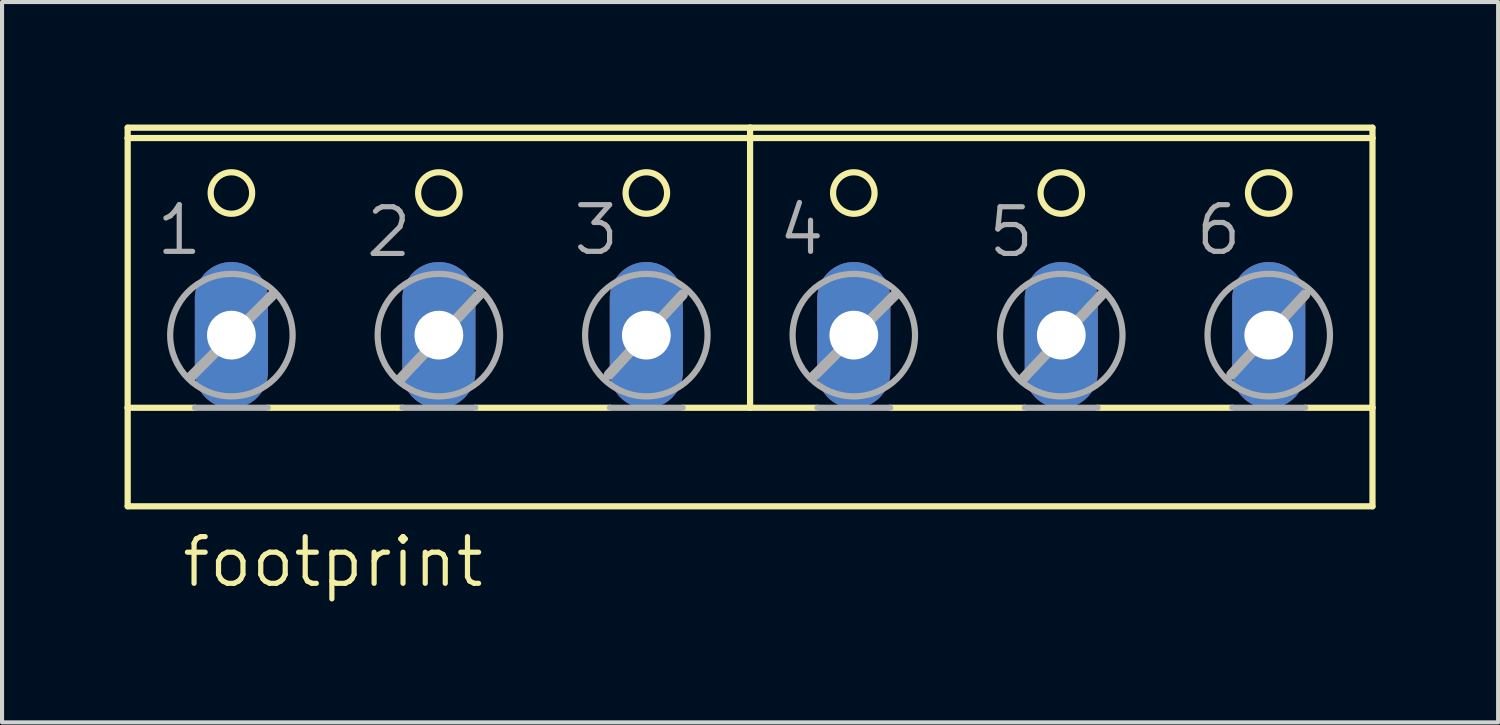
<source format=kicad_pcb>
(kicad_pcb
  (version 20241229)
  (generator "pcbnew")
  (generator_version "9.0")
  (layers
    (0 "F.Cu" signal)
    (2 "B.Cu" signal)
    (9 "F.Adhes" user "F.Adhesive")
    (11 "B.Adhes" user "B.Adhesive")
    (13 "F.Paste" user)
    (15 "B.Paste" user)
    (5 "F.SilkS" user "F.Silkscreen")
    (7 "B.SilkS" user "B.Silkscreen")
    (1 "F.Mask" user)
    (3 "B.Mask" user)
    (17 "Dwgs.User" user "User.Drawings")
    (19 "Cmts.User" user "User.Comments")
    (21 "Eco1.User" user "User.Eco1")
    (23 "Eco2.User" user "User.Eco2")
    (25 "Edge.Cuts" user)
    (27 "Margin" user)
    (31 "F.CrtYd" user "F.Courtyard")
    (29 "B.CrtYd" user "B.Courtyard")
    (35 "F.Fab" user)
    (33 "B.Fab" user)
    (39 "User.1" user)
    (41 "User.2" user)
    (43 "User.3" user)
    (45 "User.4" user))
  (footprint "footprint"
    (layer "F.Cu")
    (at 15.316 4.521)
    (property "Reference" "footprint" (at -13.97 6.858 0) (layer "F.SilkS") (effects (font (size 1.143 1.143) (thickness 0.127)) (justify left bottom)))
    (fp_line (start -15.24 -4.191) (end -15.24 -4.445) (stroke (width 0.152) (type solid)) (layer "F.SilkS"))
    (fp_line (start -15.24 -4.191) (end 15.24 -4.191) (stroke (width 0.152) (type solid)) (layer "F.SilkS"))
    (fp_line (start -15.24 2.413) (end -15.24 -4.191) (stroke (width 0.152) (type solid)) (layer "F.SilkS"))
    (fp_line (start -15.24 2.413) (end -13.589 2.413) (stroke (width 0.152) (type solid)) (layer "F.SilkS"))
    (fp_line (start -15.24 4.826) (end -15.24 2.413) (stroke (width 0.152) (type solid)) (layer "F.SilkS"))
    (fp_line (start -15.24 4.826) (end 15.24 4.826) (stroke (width 0.152) (type solid)) (layer "F.SilkS"))
    (fp_line (start -11.811 2.413) (end -8.509 2.413) (stroke (width 0.152) (type solid)) (layer "F.SilkS"))
    (fp_line (start -6.731 2.413) (end -3.429 2.413) (stroke (width 0.152) (type solid)) (layer "F.SilkS"))
    (fp_line (start -1.651 2.413) (end 0 2.413) (stroke (width 0.152) (type solid)) (layer "F.SilkS"))
    (fp_line (start 0 -4.445) (end -15.24 -4.445) (stroke (width 0.152) (type solid)) (layer "F.SilkS"))
    (fp_line (start 0 -4.445) (end 0 2.413) (stroke (width 0.152) (type solid)) (layer "F.SilkS"))
    (fp_line (start 0 2.413) (end 1.651 2.413) (stroke (width 0.152) (type solid)) (layer "F.SilkS"))
    (fp_line (start 3.429 2.413) (end 6.731 2.413) (stroke (width 0.152) (type solid)) (layer "F.SilkS"))
    (fp_line (start 8.509 2.413) (end 11.811 2.413) (stroke (width 0.152) (type solid)) (layer "F.SilkS"))
    (fp_line (start 13.589 2.413) (end 15.24 2.413) (stroke (width 0.152) (type solid)) (layer "F.SilkS"))
    (fp_line (start 15.24 -4.445) (end 0 -4.445) (stroke (width 0.152) (type solid)) (layer "F.SilkS"))
    (fp_line (start 15.24 -4.445) (end 15.24 -4.191) (stroke (width 0.152) (type solid)) (layer "F.SilkS"))
    (fp_line (start 15.24 -4.191) (end 15.24 2.413) (stroke (width 0.152) (type solid)) (layer "F.SilkS"))
    (fp_line (start 15.24 2.413) (end 15.24 4.826) (stroke (width 0.152) (type solid)) (layer "F.SilkS"))
    (fp_circle (center -12.7 -2.845) (end -12.192 -2.845) (stroke (width 0.152) (type solid)) (fill no) (layer "F.SilkS"))
    (fp_circle (center -7.62 -2.845) (end -7.112 -2.845) (stroke (width 0.152) (type solid)) (fill no) (layer "F.SilkS"))
    (fp_circle (center -2.54 -2.845) (end -2.032 -2.845) (stroke (width 0.152) (type solid)) (fill no) (layer "F.SilkS"))
    (fp_circle (center 2.54 -2.845) (end 3.048 -2.845) (stroke (width 0.152) (type solid)) (fill no) (layer "F.SilkS"))
    (fp_circle (center 7.62 -2.845) (end 8.128 -2.845) (stroke (width 0.152) (type solid)) (fill no) (layer "F.SilkS"))
    (fp_circle (center 12.7 -2.845) (end 13.208 -2.845) (stroke (width 0.152) (type solid)) (fill no) (layer "F.SilkS"))
    (fp_line (start -13.691 1.651) (end -11.684 -0.356) (stroke (width 0.254) (type solid)) (layer "F.Fab"))
    (fp_line (start -13.589 2.413) (end -11.811 2.413) (stroke (width 0.152) (type solid)) (layer "F.Fab"))
    (fp_line (start -8.534 1.676) (end -6.629 -0.356) (stroke (width 0.254) (type solid)) (layer "F.Fab"))
    (fp_line (start -8.509 2.413) (end -6.731 2.413) (stroke (width 0.152) (type solid)) (layer "F.Fab"))
    (fp_line (start -3.454 1.6) (end -1.651 -0.356) (stroke (width 0.254) (type solid)) (layer "F.Fab"))
    (fp_line (start -3.429 2.413) (end -1.651 2.413) (stroke (width 0.152) (type solid)) (layer "F.Fab"))
    (fp_line (start 1.549 1.651) (end 3.556 -0.356) (stroke (width 0.254) (type solid)) (layer "F.Fab"))
    (fp_line (start 1.651 2.413) (end 3.429 2.413) (stroke (width 0.152) (type solid)) (layer "F.Fab"))
    (fp_line (start 6.706 1.676) (end 8.611 -0.356) (stroke (width 0.254) (type solid)) (layer "F.Fab"))
    (fp_line (start 6.731 2.413) (end 8.509 2.413) (stroke (width 0.152) (type solid)) (layer "F.Fab"))
    (fp_line (start 11.786 1.6) (end 13.589 -0.356) (stroke (width 0.254) (type solid)) (layer "F.Fab"))
    (fp_line (start 11.811 2.413) (end 13.589 2.413) (stroke (width 0.152) (type solid)) (layer "F.Fab"))
    (fp_circle (center -12.7 0.635) (end -11.201 0.635) (stroke (width 0.152) (type solid)) (fill no) (layer "F.Fab"))
    (fp_circle (center -7.62 0.635) (end -6.121 0.635) (stroke (width 0.152) (type solid)) (fill no) (layer "F.Fab"))
    (fp_circle (center -2.54 0.635) (end -1.041 0.635) (stroke (width 0.152) (type solid)) (fill no) (layer "F.Fab"))
    (fp_circle (center 2.54 0.635) (end 4.039 0.635) (stroke (width 0.152) (type solid)) (fill no) (layer "F.Fab"))
    (fp_circle (center 7.62 0.635) (end 9.119 0.635) (stroke (width 0.152) (type solid)) (fill no) (layer "F.Fab"))
    (fp_circle (center 12.7 0.635) (end 14.199 0.635) (stroke (width 0.152) (type solid)) (fill no) (layer "F.Fab"))
    (fp_text user "6" (at 10.846 -1.27 0) (layer "F.Fab") (effects (font (size 1.143 1.143) (thickness 0.127)) (justify left bottom)))
    (fp_text user "3" (at -4.394 -1.27 0) (layer "F.Fab") (effects (font (size 1.143 1.143) (thickness 0.127)) (justify left bottom)))
    (fp_text user "1" (at -14.605 -1.27 0) (layer "F.Fab") (effects (font (size 1.143 1.143) (thickness 0.127)) (justify left bottom)))
    (fp_text user "4" (at 0.635 -1.27 0) (layer "F.Fab") (effects (font (size 1.143 1.143) (thickness 0.127)) (justify left bottom)))
    (fp_text user "5" (at 5.766 -1.219 0) (layer "F.Fab") (effects (font (size 1.143 1.143) (thickness 0.127)) (justify left bottom)))
    (fp_text user "2" (at -9.474 -1.219 0) (layer "F.Fab") (effects (font (size 1.143 1.143) (thickness 0.127)) (justify left bottom)))
    (pad "1" thru_hole oval (at -12.7 0.635 90) (size 3.581 1.791) (drill 1.194) (layers "*.Cu" "*.Mask"))
    (pad "2" thru_hole oval (at -7.62 0.635 90) (size 3.581 1.791) (drill 1.194) (layers "*.Cu" "*.Mask"))
    (pad "3" thru_hole oval (at -2.54 0.635 90) (size 3.581 1.791) (drill 1.194) (layers "*.Cu" "*.Mask"))
    (pad "4" thru_hole oval (at 2.54 0.635 90) (size 3.581 1.791) (drill 1.194) (layers "*.Cu" "*.Mask"))
    (pad "5" thru_hole oval (at 7.62 0.635 90) (size 3.581 1.791) (drill 1.194) (layers "*.Cu" "*.Mask"))
    (pad "6" thru_hole oval (at 12.7 0.635 90) (size 3.581 1.791) (drill 1.194) (layers "*.Cu" "*.Mask")))
  (gr_rect
    (start -3 -3)
    (end 33.632 14.638)
    (stroke (width 0.1) (type default))
    (fill no)
    (layer "Edge.Cuts")))
</source>
